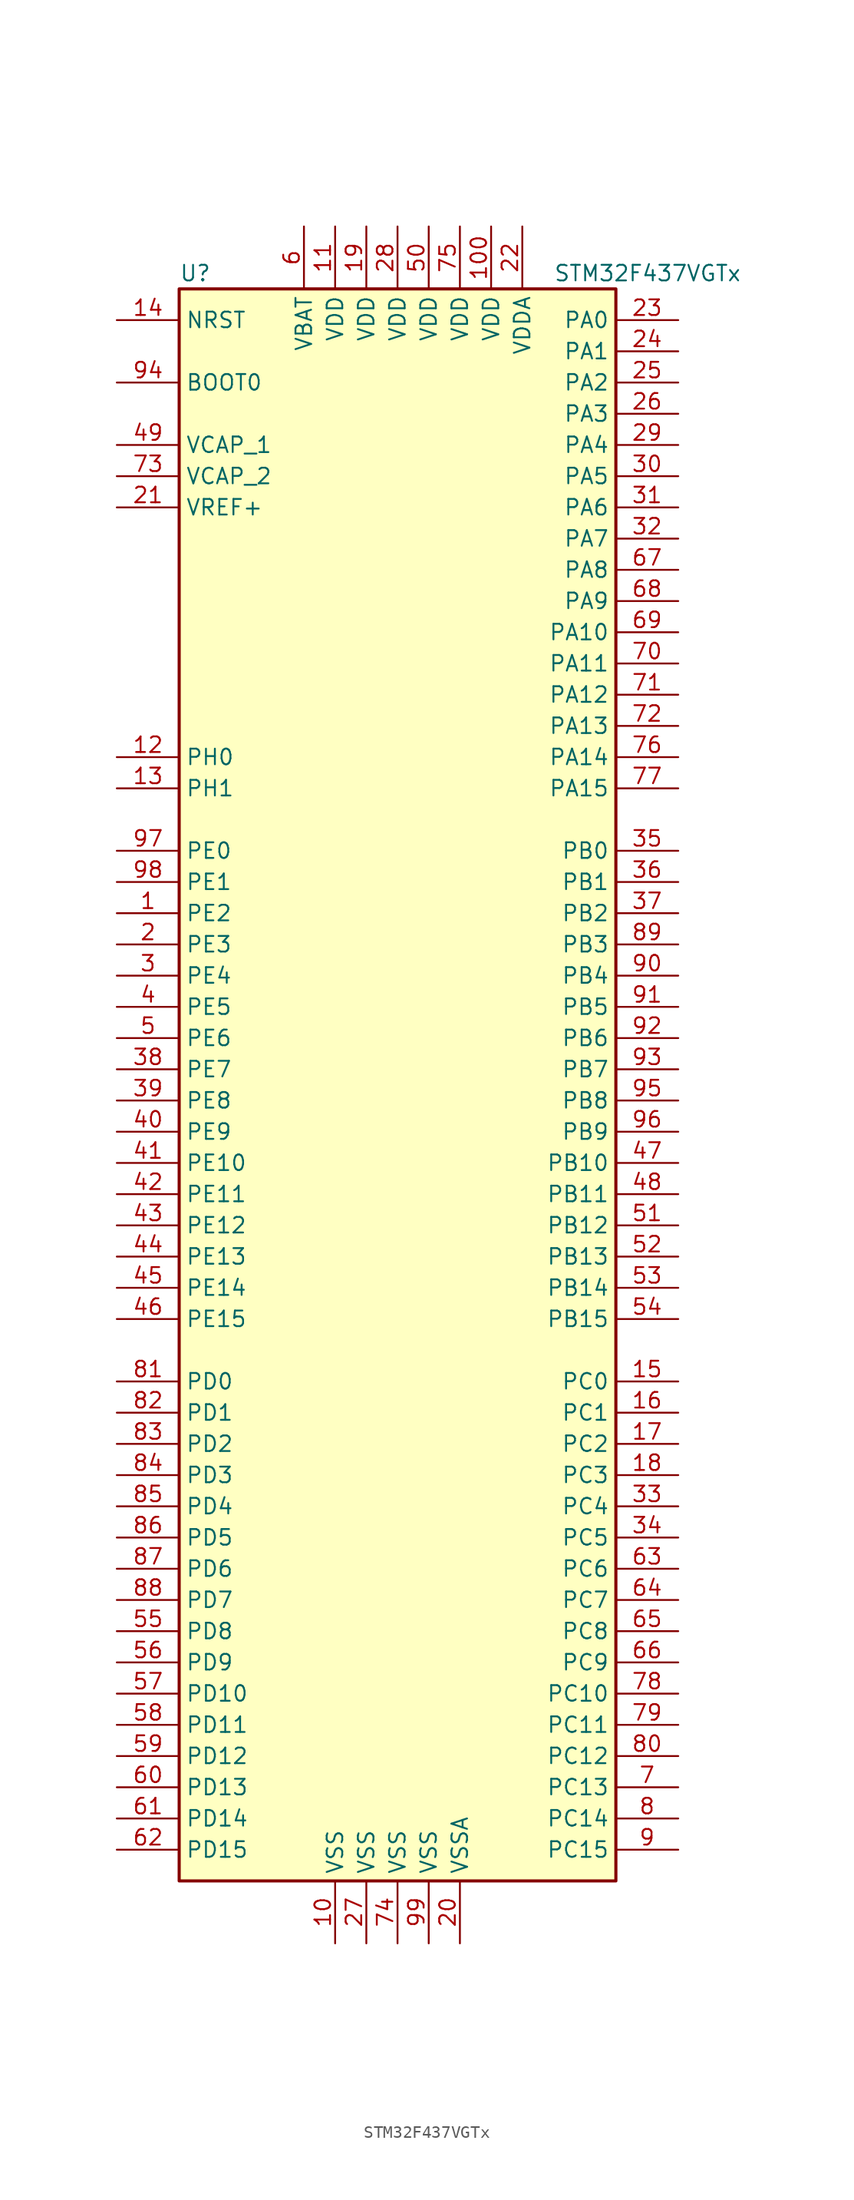
<source format=kicad_sym>
(kicad_symbol_lib
  (version 20211014)
  (generator kicad_symbol_editor)
  (symbol "STM32F437VGTx"
    (property "Reference" "U"
      (at -17.78 64.77 0)
      (effects (font (size 1.27 1.27)) (justify left)))
    (property "Value" "STM32F437VGTx"
      (at 12.7 64.77 0)
      (effects (font (size 1.27 1.27)) (justify left)))
    (symbol "STM32F437VGTx_0_1"
      (rectangle (start -17.78 -66.04) (end 17.78 63.5) (stroke (width 0.254) (type default) (color 0 0 0 0)) (fill (type background))))
    (symbol "STM32F437VGTx_1_1"
      (pin bidirectional line (at -22.86 12.7 0) (length 5.08) (name "PE2" (effects (font (size 1.27 1.27)))) (number "1" (effects (font (size 1.27 1.27)))))
      (pin power_in line (at -5.08 -71.12 90) (length 5.08) (name "VSS" (effects (font (size 1.27 1.27)))) (number "10" (effects (font (size 1.27 1.27)))))
      (pin power_in line (at 7.62 68.58 270) (length 5.08) (name "VDD" (effects (font (size 1.27 1.27)))) (number "100" (effects (font (size 1.27 1.27)))))
      (pin power_in line (at -5.08 68.58 270) (length 5.08) (name "VDD" (effects (font (size 1.27 1.27)))) (number "11" (effects (font (size 1.27 1.27)))))
      (pin input line (at -22.86 25.4 0) (length 5.08) (name "PH0" (effects (font (size 1.27 1.27)))) (number "12" (effects (font (size 1.27 1.27)))))
      (pin input line (at -22.86 22.86 0) (length 5.08) (name "PH1" (effects (font (size 1.27 1.27)))) (number "13" (effects (font (size 1.27 1.27)))))
      (pin input line (at -22.86 60.96 0) (length 5.08) (name "NRST" (effects (font (size 1.27 1.27)))) (number "14" (effects (font (size 1.27 1.27)))))
      (pin bidirectional line (at 22.86 -25.4 180) (length 5.08) (name "PC0" (effects (font (size 1.27 1.27)))) (number "15" (effects (font (size 1.27 1.27)))))
      (pin bidirectional line (at 22.86 -27.94 180) (length 5.08) (name "PC1" (effects (font (size 1.27 1.27)))) (number "16" (effects (font (size 1.27 1.27)))))
      (pin bidirectional line (at 22.86 -30.48 180) (length 5.08) (name "PC2" (effects (font (size 1.27 1.27)))) (number "17" (effects (font (size 1.27 1.27)))))
      (pin bidirectional line (at 22.86 -33.02 180) (length 5.08) (name "PC3" (effects (font (size 1.27 1.27)))) (number "18" (effects (font (size 1.27 1.27)))))
      (pin power_in line (at -2.54 68.58 270) (length 5.08) (name "VDD" (effects (font (size 1.27 1.27)))) (number "19" (effects (font (size 1.27 1.27)))))
      (pin bidirectional line (at -22.86 10.16 0) (length 5.08) (name "PE3" (effects (font (size 1.27 1.27)))) (number "2" (effects (font (size 1.27 1.27)))))
      (pin power_in line (at 5.08 -71.12 90) (length 5.08) (name "VSSA" (effects (font (size 1.27 1.27)))) (number "20" (effects (font (size 1.27 1.27)))))
      (pin power_in line (at -22.86 45.72 0) (length 5.08) (name "VREF+" (effects (font (size 1.27 1.27)))) (number "21" (effects (font (size 1.27 1.27)))))
      (pin power_in line (at 10.16 68.58 270) (length 5.08) (name "VDDA" (effects (font (size 1.27 1.27)))) (number "22" (effects (font (size 1.27 1.27)))))
      (pin bidirectional line (at 22.86 60.96 180) (length 5.08) (name "PA0" (effects (font (size 1.27 1.27)))) (number "23" (effects (font (size 1.27 1.27)))))
      (pin bidirectional line (at 22.86 58.42 180) (length 5.08) (name "PA1" (effects (font (size 1.27 1.27)))) (number "24" (effects (font (size 1.27 1.27)))))
      (pin bidirectional line (at 22.86 55.88 180) (length 5.08) (name "PA2" (effects (font (size 1.27 1.27)))) (number "25" (effects (font (size 1.27 1.27)))))
      (pin bidirectional line (at 22.86 53.34 180) (length 5.08) (name "PA3" (effects (font (size 1.27 1.27)))) (number "26" (effects (font (size 1.27 1.27)))))
      (pin power_in line (at -2.54 -71.12 90) (length 5.08) (name "VSS" (effects (font (size 1.27 1.27)))) (number "27" (effects (font (size 1.27 1.27)))))
      (pin power_in line (at 0 68.58 270) (length 5.08) (name "VDD" (effects (font (size 1.27 1.27)))) (number "28" (effects (font (size 1.27 1.27)))))
      (pin bidirectional line (at 22.86 50.8 180) (length 5.08) (name "PA4" (effects (font (size 1.27 1.27)))) (number "29" (effects (font (size 1.27 1.27)))))
      (pin bidirectional line (at -22.86 7.62 0) (length 5.08) (name "PE4" (effects (font (size 1.27 1.27)))) (number "3" (effects (font (size 1.27 1.27)))))
      (pin bidirectional line (at 22.86 48.26 180) (length 5.08) (name "PA5" (effects (font (size 1.27 1.27)))) (number "30" (effects (font (size 1.27 1.27)))))
      (pin bidirectional line (at 22.86 45.72 180) (length 5.08) (name "PA6" (effects (font (size 1.27 1.27)))) (number "31" (effects (font (size 1.27 1.27)))))
      (pin bidirectional line (at 22.86 43.18 180) (length 5.08) (name "PA7" (effects (font (size 1.27 1.27)))) (number "32" (effects (font (size 1.27 1.27)))))
      (pin bidirectional line (at 22.86 -35.56 180) (length 5.08) (name "PC4" (effects (font (size 1.27 1.27)))) (number "33" (effects (font (size 1.27 1.27)))))
      (pin bidirectional line (at 22.86 -38.1 180) (length 5.08) (name "PC5" (effects (font (size 1.27 1.27)))) (number "34" (effects (font (size 1.27 1.27)))))
      (pin bidirectional line (at 22.86 17.78 180) (length 5.08) (name "PB0" (effects (font (size 1.27 1.27)))) (number "35" (effects (font (size 1.27 1.27)))))
      (pin bidirectional line (at 22.86 15.24 180) (length 5.08) (name "PB1" (effects (font (size 1.27 1.27)))) (number "36" (effects (font (size 1.27 1.27)))))
      (pin bidirectional line (at 22.86 12.7 180) (length 5.08) (name "PB2" (effects (font (size 1.27 1.27)))) (number "37" (effects (font (size 1.27 1.27)))))
      (pin bidirectional line (at -22.86 0 0) (length 5.08) (name "PE7" (effects (font (size 1.27 1.27)))) (number "38" (effects (font (size 1.27 1.27)))))
      (pin bidirectional line (at -22.86 -2.54 0) (length 5.08) (name "PE8" (effects (font (size 1.27 1.27)))) (number "39" (effects (font (size 1.27 1.27)))))
      (pin bidirectional line (at -22.86 5.08 0) (length 5.08) (name "PE5" (effects (font (size 1.27 1.27)))) (number "4" (effects (font (size 1.27 1.27)))))
      (pin bidirectional line (at -22.86 -5.08 0) (length 5.08) (name "PE9" (effects (font (size 1.27 1.27)))) (number "40" (effects (font (size 1.27 1.27)))))
      (pin bidirectional line (at -22.86 -7.62 0) (length 5.08) (name "PE10" (effects (font (size 1.27 1.27)))) (number "41" (effects (font (size 1.27 1.27)))))
      (pin bidirectional line (at -22.86 -10.16 0) (length 5.08) (name "PE11" (effects (font (size 1.27 1.27)))) (number "42" (effects (font (size 1.27 1.27)))))
      (pin bidirectional line (at -22.86 -12.7 0) (length 5.08) (name "PE12" (effects (font (size 1.27 1.27)))) (number "43" (effects (font (size 1.27 1.27)))))
      (pin bidirectional line (at -22.86 -15.24 0) (length 5.08) (name "PE13" (effects (font (size 1.27 1.27)))) (number "44" (effects (font (size 1.27 1.27)))))
      (pin bidirectional line (at -22.86 -17.78 0) (length 5.08) (name "PE14" (effects (font (size 1.27 1.27)))) (number "45" (effects (font (size 1.27 1.27)))))
      (pin bidirectional line (at -22.86 -20.32 0) (length 5.08) (name "PE15" (effects (font (size 1.27 1.27)))) (number "46" (effects (font (size 1.27 1.27)))))
      (pin bidirectional line (at 22.86 -7.62 180) (length 5.08) (name "PB10" (effects (font (size 1.27 1.27)))) (number "47" (effects (font (size 1.27 1.27)))))
      (pin bidirectional line (at 22.86 -10.16 180) (length 5.08) (name "PB11" (effects (font (size 1.27 1.27)))) (number "48" (effects (font (size 1.27 1.27)))))
      (pin power_in line (at -22.86 50.8 0) (length 5.08) (name "VCAP_1" (effects (font (size 1.27 1.27)))) (number "49" (effects (font (size 1.27 1.27)))))
      (pin bidirectional line (at -22.86 2.54 0) (length 5.08) (name "PE6" (effects (font (size 1.27 1.27)))) (number "5" (effects (font (size 1.27 1.27)))))
      (pin power_in line (at 2.54 68.58 270) (length 5.08) (name "VDD" (effects (font (size 1.27 1.27)))) (number "50" (effects (font (size 1.27 1.27)))))
      (pin bidirectional line (at 22.86 -12.7 180) (length 5.08) (name "PB12" (effects (font (size 1.27 1.27)))) (number "51" (effects (font (size 1.27 1.27)))))
      (pin bidirectional line (at 22.86 -15.24 180) (length 5.08) (name "PB13" (effects (font (size 1.27 1.27)))) (number "52" (effects (font (size 1.27 1.27)))))
      (pin bidirectional line (at 22.86 -17.78 180) (length 5.08) (name "PB14" (effects (font (size 1.27 1.27)))) (number "53" (effects (font (size 1.27 1.27)))))
      (pin bidirectional line (at 22.86 -20.32 180) (length 5.08) (name "PB15" (effects (font (size 1.27 1.27)))) (number "54" (effects (font (size 1.27 1.27)))))
      (pin bidirectional line (at -22.86 -45.72 0) (length 5.08) (name "PD8" (effects (font (size 1.27 1.27)))) (number "55" (effects (font (size 1.27 1.27)))))
      (pin bidirectional line (at -22.86 -48.26 0) (length 5.08) (name "PD9" (effects (font (size 1.27 1.27)))) (number "56" (effects (font (size 1.27 1.27)))))
      (pin bidirectional line (at -22.86 -50.8 0) (length 5.08) (name "PD10" (effects (font (size 1.27 1.27)))) (number "57" (effects (font (size 1.27 1.27)))))
      (pin bidirectional line (at -22.86 -53.34 0) (length 5.08) (name "PD11" (effects (font (size 1.27 1.27)))) (number "58" (effects (font (size 1.27 1.27)))))
      (pin bidirectional line (at -22.86 -55.88 0) (length 5.08) (name "PD12" (effects (font (size 1.27 1.27)))) (number "59" (effects (font (size 1.27 1.27)))))
      (pin power_in line (at -7.62 68.58 270) (length 5.08) (name "VBAT" (effects (font (size 1.27 1.27)))) (number "6" (effects (font (size 1.27 1.27)))))
      (pin bidirectional line (at -22.86 -58.42 0) (length 5.08) (name "PD13" (effects (font (size 1.27 1.27)))) (number "60" (effects (font (size 1.27 1.27)))))
      (pin bidirectional line (at -22.86 -60.96 0) (length 5.08) (name "PD14" (effects (font (size 1.27 1.27)))) (number "61" (effects (font (size 1.27 1.27)))))
      (pin bidirectional line (at -22.86 -63.5 0) (length 5.08) (name "PD15" (effects (font (size 1.27 1.27)))) (number "62" (effects (font (size 1.27 1.27)))))
      (pin bidirectional line (at 22.86 -40.64 180) (length 5.08) (name "PC6" (effects (font (size 1.27 1.27)))) (number "63" (effects (font (size 1.27 1.27)))))
      (pin bidirectional line (at 22.86 -43.18 180) (length 5.08) (name "PC7" (effects (font (size 1.27 1.27)))) (number "64" (effects (font (size 1.27 1.27)))))
      (pin bidirectional line (at 22.86 -45.72 180) (length 5.08) (name "PC8" (effects (font (size 1.27 1.27)))) (number "65" (effects (font (size 1.27 1.27)))))
      (pin bidirectional line (at 22.86 -48.26 180) (length 5.08) (name "PC9" (effects (font (size 1.27 1.27)))) (number "66" (effects (font (size 1.27 1.27)))))
      (pin bidirectional line (at 22.86 40.64 180) (length 5.08) (name "PA8" (effects (font (size 1.27 1.27)))) (number "67" (effects (font (size 1.27 1.27)))))
      (pin bidirectional line (at 22.86 38.1 180) (length 5.08) (name "PA9" (effects (font (size 1.27 1.27)))) (number "68" (effects (font (size 1.27 1.27)))))
      (pin bidirectional line (at 22.86 35.56 180) (length 5.08) (name "PA10" (effects (font (size 1.27 1.27)))) (number "69" (effects (font (size 1.27 1.27)))))
      (pin bidirectional line (at 22.86 -58.42 180) (length 5.08) (name "PC13" (effects (font (size 1.27 1.27)))) (number "7" (effects (font (size 1.27 1.27)))))
      (pin bidirectional line (at 22.86 33.02 180) (length 5.08) (name "PA11" (effects (font (size 1.27 1.27)))) (number "70" (effects (font (size 1.27 1.27)))))
      (pin bidirectional line (at 22.86 30.48 180) (length 5.08) (name "PA12" (effects (font (size 1.27 1.27)))) (number "71" (effects (font (size 1.27 1.27)))))
      (pin bidirectional line (at 22.86 27.94 180) (length 5.08) (name "PA13" (effects (font (size 1.27 1.27)))) (number "72" (effects (font (size 1.27 1.27)))))
      (pin power_in line (at -22.86 48.26 0) (length 5.08) (name "VCAP_2" (effects (font (size 1.27 1.27)))) (number "73" (effects (font (size 1.27 1.27)))))
      (pin power_in line (at 0 -71.12 90) (length 5.08) (name "VSS" (effects (font (size 1.27 1.27)))) (number "74" (effects (font (size 1.27 1.27)))))
      (pin power_in line (at 5.08 68.58 270) (length 5.08) (name "VDD" (effects (font (size 1.27 1.27)))) (number "75" (effects (font (size 1.27 1.27)))))
      (pin bidirectional line (at 22.86 25.4 180) (length 5.08) (name "PA14" (effects (font (size 1.27 1.27)))) (number "76" (effects (font (size 1.27 1.27)))))
      (pin bidirectional line (at 22.86 22.86 180) (length 5.08) (name "PA15" (effects (font (size 1.27 1.27)))) (number "77" (effects (font (size 1.27 1.27)))))
      (pin bidirectional line (at 22.86 -50.8 180) (length 5.08) (name "PC10" (effects (font (size 1.27 1.27)))) (number "78" (effects (font (size 1.27 1.27)))))
      (pin bidirectional line (at 22.86 -53.34 180) (length 5.08) (name "PC11" (effects (font (size 1.27 1.27)))) (number "79" (effects (font (size 1.27 1.27)))))
      (pin bidirectional line (at 22.86 -60.96 180) (length 5.08) (name "PC14" (effects (font (size 1.27 1.27)))) (number "8" (effects (font (size 1.27 1.27)))))
      (pin bidirectional line (at 22.86 -55.88 180) (length 5.08) (name "PC12" (effects (font (size 1.27 1.27)))) (number "80" (effects (font (size 1.27 1.27)))))
      (pin bidirectional line (at -22.86 -25.4 0) (length 5.08) (name "PD0" (effects (font (size 1.27 1.27)))) (number "81" (effects (font (size 1.27 1.27)))))
      (pin bidirectional line (at -22.86 -27.94 0) (length 5.08) (name "PD1" (effects (font (size 1.27 1.27)))) (number "82" (effects (font (size 1.27 1.27)))))
      (pin bidirectional line (at -22.86 -30.48 0) (length 5.08) (name "PD2" (effects (font (size 1.27 1.27)))) (number "83" (effects (font (size 1.27 1.27)))))
      (pin bidirectional line (at -22.86 -33.02 0) (length 5.08) (name "PD3" (effects (font (size 1.27 1.27)))) (number "84" (effects (font (size 1.27 1.27)))))
      (pin bidirectional line (at -22.86 -35.56 0) (length 5.08) (name "PD4" (effects (font (size 1.27 1.27)))) (number "85" (effects (font (size 1.27 1.27)))))
      (pin bidirectional line (at -22.86 -38.1 0) (length 5.08) (name "PD5" (effects (font (size 1.27 1.27)))) (number "86" (effects (font (size 1.27 1.27)))))
      (pin bidirectional line (at -22.86 -40.64 0) (length 5.08) (name "PD6" (effects (font (size 1.27 1.27)))) (number "87" (effects (font (size 1.27 1.27)))))
      (pin bidirectional line (at -22.86 -43.18 0) (length 5.08) (name "PD7" (effects (font (size 1.27 1.27)))) (number "88" (effects (font (size 1.27 1.27)))))
      (pin bidirectional line (at 22.86 10.16 180) (length 5.08) (name "PB3" (effects (font (size 1.27 1.27)))) (number "89" (effects (font (size 1.27 1.27)))))
      (pin bidirectional line (at 22.86 -63.5 180) (length 5.08) (name "PC15" (effects (font (size 1.27 1.27)))) (number "9" (effects (font (size 1.27 1.27)))))
      (pin bidirectional line (at 22.86 7.62 180) (length 5.08) (name "PB4" (effects (font (size 1.27 1.27)))) (number "90" (effects (font (size 1.27 1.27)))))
      (pin bidirectional line (at 22.86 5.08 180) (length 5.08) (name "PB5" (effects (font (size 1.27 1.27)))) (number "91" (effects (font (size 1.27 1.27)))))
      (pin bidirectional line (at 22.86 2.54 180) (length 5.08) (name "PB6" (effects (font (size 1.27 1.27)))) (number "92" (effects (font (size 1.27 1.27)))))
      (pin bidirectional line (at 22.86 0 180) (length 5.08) (name "PB7" (effects (font (size 1.27 1.27)))) (number "93" (effects (font (size 1.27 1.27)))))
      (pin input line (at -22.86 55.88 0) (length 5.08) (name "BOOT0" (effects (font (size 1.27 1.27)))) (number "94" (effects (font (size 1.27 1.27)))))
      (pin bidirectional line (at 22.86 -2.54 180) (length 5.08) (name "PB8" (effects (font (size 1.27 1.27)))) (number "95" (effects (font (size 1.27 1.27)))))
      (pin bidirectional line (at 22.86 -5.08 180) (length 5.08) (name "PB9" (effects (font (size 1.27 1.27)))) (number "96" (effects (font (size 1.27 1.27)))))
      (pin bidirectional line (at -22.86 17.78 0) (length 5.08) (name "PE0" (effects (font (size 1.27 1.27)))) (number "97" (effects (font (size 1.27 1.27)))))
      (pin bidirectional line (at -22.86 15.24 0) (length 5.08) (name "PE1" (effects (font (size 1.27 1.27)))) (number "98" (effects (font (size 1.27 1.27)))))
      (pin power_in line (at 2.54 -71.12 90) (length 5.08) (name "VSS" (effects (font (size 1.27 1.27)))) (number "99" (effects (font (size 1.27 1.27))))))))
</source>
